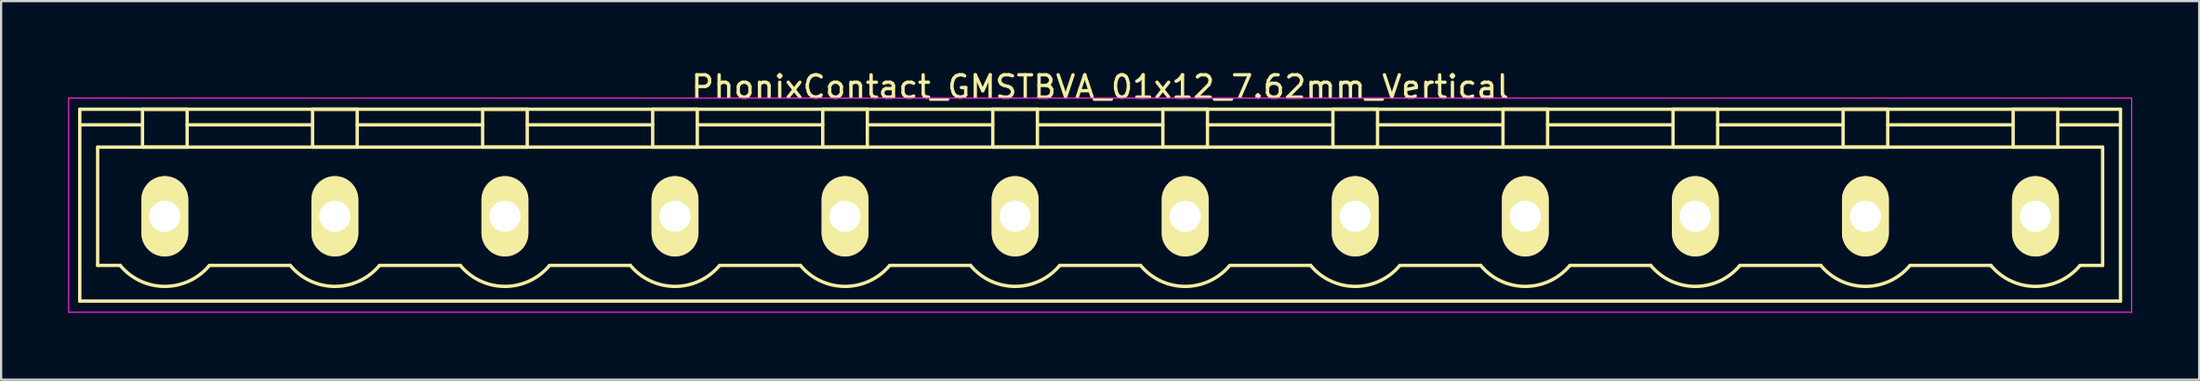
<source format=kicad_pcb>
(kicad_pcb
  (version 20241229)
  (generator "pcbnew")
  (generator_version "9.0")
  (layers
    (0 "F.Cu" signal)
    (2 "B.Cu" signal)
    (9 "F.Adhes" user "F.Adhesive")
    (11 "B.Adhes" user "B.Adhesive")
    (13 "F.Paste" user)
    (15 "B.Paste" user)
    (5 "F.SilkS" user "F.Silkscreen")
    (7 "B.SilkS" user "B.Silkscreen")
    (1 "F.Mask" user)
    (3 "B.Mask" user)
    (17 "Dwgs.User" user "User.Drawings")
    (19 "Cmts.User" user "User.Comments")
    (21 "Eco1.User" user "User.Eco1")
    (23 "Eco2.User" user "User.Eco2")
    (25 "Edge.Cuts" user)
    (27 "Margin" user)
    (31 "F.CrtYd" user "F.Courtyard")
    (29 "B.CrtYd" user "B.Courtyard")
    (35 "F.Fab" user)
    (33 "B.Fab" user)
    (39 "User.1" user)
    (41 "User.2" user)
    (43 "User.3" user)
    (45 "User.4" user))
  (footprint "PhonixContact_GMSTBVA_01x12_7.62mm_Vertical"
    (layer "F.Cu")
    (at 4.335 6.648)
    (property "Reference" "PhonixContact_GMSTBVA_01x12_7.62mm_Vertical" (at 41.91 -5.8 0) (layer "F.SilkS") (effects (font (size 1 1) (thickness 0.15))))
    (attr through_hole)
    (fp_line (start -3.81 -4.8) (end -3.81 3.8) (stroke (width 0.15) (type solid)) (layer "F.SilkS"))
    (fp_line (start -3.81 -4.1) (end -1 -4.1) (stroke (width 0.15) (type solid)) (layer "F.SilkS"))
    (fp_line (start -3.81 3.8) (end 87.63 3.8) (stroke (width 0.15) (type solid)) (layer "F.SilkS"))
    (fp_line (start -3.01 -3.1) (end 86.83 -3.1) (stroke (width 0.15) (type solid)) (layer "F.SilkS"))
    (fp_line (start -3.01 2.2) (end -3.01 -3.1) (stroke (width 0.15) (type solid)) (layer "F.SilkS"))
    (fp_line (start -2 2.2) (end -3.01 2.2) (stroke (width 0.15) (type solid)) (layer "F.SilkS"))
    (fp_line (start -1 -4.8) (end 1 -4.8) (stroke (width 0.15) (type solid)) (layer "F.SilkS"))
    (fp_line (start -1 -3.1) (end -1 -4.8) (stroke (width 0.15) (type solid)) (layer "F.SilkS"))
    (fp_line (start 1 -4.8) (end 1 -3.1) (stroke (width 0.15) (type solid)) (layer "F.SilkS"))
    (fp_line (start 1 -4.1) (end 6.62 -4.1) (stroke (width 0.15) (type solid)) (layer "F.SilkS"))
    (fp_line (start 1 -3.1) (end -1 -3.1) (stroke (width 0.15) (type solid)) (layer "F.SilkS"))
    (fp_line (start 2 2.2) (end 5.62 2.2) (stroke (width 0.15) (type solid)) (layer "F.SilkS"))
    (fp_line (start 6.62 -4.8) (end 8.62 -4.8) (stroke (width 0.15) (type solid)) (layer "F.SilkS"))
    (fp_line (start 6.62 -3.1) (end 6.62 -4.8) (stroke (width 0.15) (type solid)) (layer "F.SilkS"))
    (fp_line (start 8.62 -4.8) (end 8.62 -3.1) (stroke (width 0.15) (type solid)) (layer "F.SilkS"))
    (fp_line (start 8.62 -4.1) (end 14.24 -4.1) (stroke (width 0.15) (type solid)) (layer "F.SilkS"))
    (fp_line (start 8.62 -3.1) (end 6.62 -3.1) (stroke (width 0.15) (type solid)) (layer "F.SilkS"))
    (fp_line (start 9.62 2.2) (end 13.24 2.2) (stroke (width 0.15) (type solid)) (layer "F.SilkS"))
    (fp_line (start 14.24 -4.8) (end 16.24 -4.8) (stroke (width 0.15) (type solid)) (layer "F.SilkS"))
    (fp_line (start 14.24 -3.1) (end 14.24 -4.8) (stroke (width 0.15) (type solid)) (layer "F.SilkS"))
    (fp_line (start 16.24 -4.8) (end 16.24 -3.1) (stroke (width 0.15) (type solid)) (layer "F.SilkS"))
    (fp_line (start 16.24 -4.1) (end 21.86 -4.1) (stroke (width 0.15) (type solid)) (layer "F.SilkS"))
    (fp_line (start 16.24 -3.1) (end 14.24 -3.1) (stroke (width 0.15) (type solid)) (layer "F.SilkS"))
    (fp_line (start 17.24 2.2) (end 20.86 2.2) (stroke (width 0.15) (type solid)) (layer "F.SilkS"))
    (fp_line (start 21.86 -4.8) (end 23.86 -4.8) (stroke (width 0.15) (type solid)) (layer "F.SilkS"))
    (fp_line (start 21.86 -3.1) (end 21.86 -4.8) (stroke (width 0.15) (type solid)) (layer "F.SilkS"))
    (fp_line (start 23.86 -4.8) (end 23.86 -3.1) (stroke (width 0.15) (type solid)) (layer "F.SilkS"))
    (fp_line (start 23.86 -4.1) (end 29.48 -4.1) (stroke (width 0.15) (type solid)) (layer "F.SilkS"))
    (fp_line (start 23.86 -3.1) (end 21.86 -3.1) (stroke (width 0.15) (type solid)) (layer "F.SilkS"))
    (fp_line (start 24.86 2.2) (end 28.48 2.2) (stroke (width 0.15) (type solid)) (layer "F.SilkS"))
    (fp_line (start 29.48 -4.8) (end 31.48 -4.8) (stroke (width 0.15) (type solid)) (layer "F.SilkS"))
    (fp_line (start 29.48 -3.1) (end 29.48 -4.8) (stroke (width 0.15) (type solid)) (layer "F.SilkS"))
    (fp_line (start 31.48 -4.8) (end 31.48 -3.1) (stroke (width 0.15) (type solid)) (layer "F.SilkS"))
    (fp_line (start 31.48 -4.1) (end 37.1 -4.1) (stroke (width 0.15) (type solid)) (layer "F.SilkS"))
    (fp_line (start 31.48 -3.1) (end 29.48 -3.1) (stroke (width 0.15) (type solid)) (layer "F.SilkS"))
    (fp_line (start 32.48 2.2) (end 36.1 2.2) (stroke (width 0.15) (type solid)) (layer "F.SilkS"))
    (fp_line (start 37.1 -4.8) (end 39.1 -4.8) (stroke (width 0.15) (type solid)) (layer "F.SilkS"))
    (fp_line (start 37.1 -3.1) (end 37.1 -4.8) (stroke (width 0.15) (type solid)) (layer "F.SilkS"))
    (fp_line (start 39.1 -4.8) (end 39.1 -3.1) (stroke (width 0.15) (type solid)) (layer "F.SilkS"))
    (fp_line (start 39.1 -4.1) (end 44.72 -4.1) (stroke (width 0.15) (type solid)) (layer "F.SilkS"))
    (fp_line (start 39.1 -3.1) (end 37.1 -3.1) (stroke (width 0.15) (type solid)) (layer "F.SilkS"))
    (fp_line (start 40.1 2.2) (end 43.72 2.2) (stroke (width 0.15) (type solid)) (layer "F.SilkS"))
    (fp_line (start 44.72 -4.8) (end 46.72 -4.8) (stroke (width 0.15) (type solid)) (layer "F.SilkS"))
    (fp_line (start 44.72 -3.1) (end 44.72 -4.8) (stroke (width 0.15) (type solid)) (layer "F.SilkS"))
    (fp_line (start 46.72 -4.8) (end 46.72 -3.1) (stroke (width 0.15) (type solid)) (layer "F.SilkS"))
    (fp_line (start 46.72 -4.1) (end 52.34 -4.1) (stroke (width 0.15) (type solid)) (layer "F.SilkS"))
    (fp_line (start 46.72 -3.1) (end 44.72 -3.1) (stroke (width 0.15) (type solid)) (layer "F.SilkS"))
    (fp_line (start 47.72 2.2) (end 51.34 2.2) (stroke (width 0.15) (type solid)) (layer "F.SilkS"))
    (fp_line (start 52.34 -4.8) (end 54.34 -4.8) (stroke (width 0.15) (type solid)) (layer "F.SilkS"))
    (fp_line (start 52.34 -3.1) (end 52.34 -4.8) (stroke (width 0.15) (type solid)) (layer "F.SilkS"))
    (fp_line (start 54.34 -4.8) (end 54.34 -3.1) (stroke (width 0.15) (type solid)) (layer "F.SilkS"))
    (fp_line (start 54.34 -4.1) (end 59.96 -4.1) (stroke (width 0.15) (type solid)) (layer "F.SilkS"))
    (fp_line (start 54.34 -3.1) (end 52.34 -3.1) (stroke (width 0.15) (type solid)) (layer "F.SilkS"))
    (fp_line (start 55.34 2.2) (end 58.96 2.2) (stroke (width 0.15) (type solid)) (layer "F.SilkS"))
    (fp_line (start 59.96 -4.8) (end 61.96 -4.8) (stroke (width 0.15) (type solid)) (layer "F.SilkS"))
    (fp_line (start 59.96 -3.1) (end 59.96 -4.8) (stroke (width 0.15) (type solid)) (layer "F.SilkS"))
    (fp_line (start 61.96 -4.8) (end 61.96 -3.1) (stroke (width 0.15) (type solid)) (layer "F.SilkS"))
    (fp_line (start 61.96 -4.1) (end 67.58 -4.1) (stroke (width 0.15) (type solid)) (layer "F.SilkS"))
    (fp_line (start 61.96 -3.1) (end 59.96 -3.1) (stroke (width 0.15) (type solid)) (layer "F.SilkS"))
    (fp_line (start 62.96 2.2) (end 66.58 2.2) (stroke (width 0.15) (type solid)) (layer "F.SilkS"))
    (fp_line (start 67.58 -4.8) (end 69.58 -4.8) (stroke (width 0.15) (type solid)) (layer "F.SilkS"))
    (fp_line (start 67.58 -3.1) (end 67.58 -4.8) (stroke (width 0.15) (type solid)) (layer "F.SilkS"))
    (fp_line (start 69.58 -4.8) (end 69.58 -3.1) (stroke (width 0.15) (type solid)) (layer "F.SilkS"))
    (fp_line (start 69.58 -4.1) (end 75.2 -4.1) (stroke (width 0.15) (type solid)) (layer "F.SilkS"))
    (fp_line (start 69.58 -3.1) (end 67.58 -3.1) (stroke (width 0.15) (type solid)) (layer "F.SilkS"))
    (fp_line (start 70.58 2.2) (end 74.2 2.2) (stroke (width 0.15) (type solid)) (layer "F.SilkS"))
    (fp_line (start 75.2 -4.8) (end 77.2 -4.8) (stroke (width 0.15) (type solid)) (layer "F.SilkS"))
    (fp_line (start 75.2 -3.1) (end 75.2 -4.8) (stroke (width 0.15) (type solid)) (layer "F.SilkS"))
    (fp_line (start 77.2 -4.8) (end 77.2 -3.1) (stroke (width 0.15) (type solid)) (layer "F.SilkS"))
    (fp_line (start 77.2 -4.1) (end 82.82 -4.1) (stroke (width 0.15) (type solid)) (layer "F.SilkS"))
    (fp_line (start 77.2 -3.1) (end 75.2 -3.1) (stroke (width 0.15) (type solid)) (layer "F.SilkS"))
    (fp_line (start 78.2 2.2) (end 81.82 2.2) (stroke (width 0.15) (type solid)) (layer "F.SilkS"))
    (fp_line (start 82.82 -4.8) (end 84.82 -4.8) (stroke (width 0.15) (type solid)) (layer "F.SilkS"))
    (fp_line (start 82.82 -3.1) (end 82.82 -4.8) (stroke (width 0.15) (type solid)) (layer "F.SilkS"))
    (fp_line (start 84.82 -4.8) (end 84.82 -3.1) (stroke (width 0.15) (type solid)) (layer "F.SilkS"))
    (fp_line (start 84.82 -3.1) (end 82.82 -3.1) (stroke (width 0.15) (type solid)) (layer "F.SilkS"))
    (fp_line (start 86.83 -3.1) (end 86.83 2.2) (stroke (width 0.15) (type solid)) (layer "F.SilkS"))
    (fp_line (start 86.83 2.2) (end 85.82 2.2) (stroke (width 0.15) (type solid)) (layer "F.SilkS"))
    (fp_line (start 87.63 -4.8) (end -3.81 -4.8) (stroke (width 0.15) (type solid)) (layer "F.SilkS"))
    (fp_line (start 87.63 -4.1) (end 84.82 -4.1) (stroke (width 0.15) (type solid)) (layer "F.SilkS"))
    (fp_line (start 87.63 3.8) (end 87.63 -4.8) (stroke (width 0.15) (type solid)) (layer "F.SilkS"))
    (fp_arc (start 1.986842 2.215821) (mid -0.010289 3.142758) (end -2 2.2) (stroke (width 0.15) (type solid)) (layer "F.SilkS"))
    (fp_arc (start 9.606842 2.215821) (mid 7.609711 3.142758) (end 5.62 2.2) (stroke (width 0.15) (type solid)) (layer "F.SilkS"))
    (fp_arc (start 17.226842 2.215821) (mid 15.229711 3.142758) (end 13.24 2.2) (stroke (width 0.15) (type solid)) (layer "F.SilkS"))
    (fp_arc (start 24.846842 2.215821) (mid 22.849711 3.142758) (end 20.86 2.2) (stroke (width 0.15) (type solid)) (layer "F.SilkS"))
    (fp_arc (start 32.466842 2.215821) (mid 30.469711 3.142758) (end 28.48 2.2) (stroke (width 0.15) (type solid)) (layer "F.SilkS"))
    (fp_arc (start 40.086842 2.215821) (mid 38.089711 3.142758) (end 36.1 2.2) (stroke (width 0.15) (type solid)) (layer "F.SilkS"))
    (fp_arc (start 47.706842 2.215821) (mid 45.709711 3.142758) (end 43.72 2.2) (stroke (width 0.15) (type solid)) (layer "F.SilkS"))
    (fp_arc (start 55.326842 2.215821) (mid 53.329711 3.142758) (end 51.34 2.2) (stroke (width 0.15) (type solid)) (layer "F.SilkS"))
    (fp_arc (start 62.946842 2.215821) (mid 60.949711 3.142758) (end 58.96 2.2) (stroke (width 0.15) (type solid)) (layer "F.SilkS"))
    (fp_arc (start 70.566842 2.215821) (mid 68.569711 3.142758) (end 66.58 2.2) (stroke (width 0.15) (type solid)) (layer "F.SilkS"))
    (fp_arc (start 78.186842 2.215821) (mid 76.189711 3.142758) (end 74.2 2.2) (stroke (width 0.15) (type solid)) (layer "F.SilkS"))
    (fp_arc (start 85.806842 2.215821) (mid 83.809711 3.142758) (end 81.82 2.2) (stroke (width 0.15) (type solid)) (layer "F.SilkS"))
    (fp_line (start -4.31 -5.3) (end -4.31 4.3) (stroke (width 0.05) (type solid)) (layer "F.CrtYd"))
    (fp_line (start -4.31 4.3) (end 88.13 4.3) (stroke (width 0.05) (type solid)) (layer "F.CrtYd"))
    (fp_line (start 88.13 -5.3) (end -4.31 -5.3) (stroke (width 0.05) (type solid)) (layer "F.CrtYd"))
    (fp_line (start 88.13 4.3) (end 88.13 -5.3) (stroke (width 0.05) (type solid)) (layer "F.CrtYd"))
    (pad "1" thru_hole oval (at 0 0) (size 2.1 3.6) (drill 1.4) (layers "*.Cu" "*.Mask" "F.SilkS"))
    (pad "2" thru_hole oval (at 7.62 0) (size 2.1 3.6) (drill 1.4) (layers "*.Cu" "*.Mask" "F.SilkS"))
    (pad "3" thru_hole oval (at 15.24 0) (size 2.1 3.6) (drill 1.4) (layers "*.Cu" "*.Mask" "F.SilkS"))
    (pad "4" thru_hole oval (at 22.86 0) (size 2.1 3.6) (drill 1.4) (layers "*.Cu" "*.Mask" "F.SilkS"))
    (pad "5" thru_hole oval (at 30.48 0) (size 2.1 3.6) (drill 1.4) (layers "*.Cu" "*.Mask" "F.SilkS"))
    (pad "6" thru_hole oval (at 38.1 0) (size 2.1 3.6) (drill 1.4) (layers "*.Cu" "*.Mask" "F.SilkS"))
    (pad "7" thru_hole oval (at 45.72 0) (size 2.1 3.6) (drill 1.4) (layers "*.Cu" "*.Mask" "F.SilkS"))
    (pad "8" thru_hole oval (at 53.34 0) (size 2.1 3.6) (drill 1.4) (layers "*.Cu" "*.Mask" "F.SilkS"))
    (pad "9" thru_hole oval (at 60.96 0) (size 2.1 3.6) (drill 1.4) (layers "*.Cu" "*.Mask" "F.SilkS"))
    (pad "10" thru_hole oval (at 68.58 0) (size 2.1 3.6) (drill 1.4) (layers "*.Cu" "*.Mask" "F.SilkS"))
    (pad "11" thru_hole oval (at 76.2 0) (size 2.1 3.6) (drill 1.4) (layers "*.Cu" "*.Mask" "F.SilkS"))
    (pad "12" thru_hole oval (at 83.82 0) (size 2.1 3.6) (drill 1.4) (layers "*.Cu" "*.Mask" "F.SilkS")))
  (gr_rect
    (start -3 -3)
    (end 95.49 13.973)
    (stroke (width 0.1) (type default))
    (fill no)
    (layer "Edge.Cuts")))
</source>
